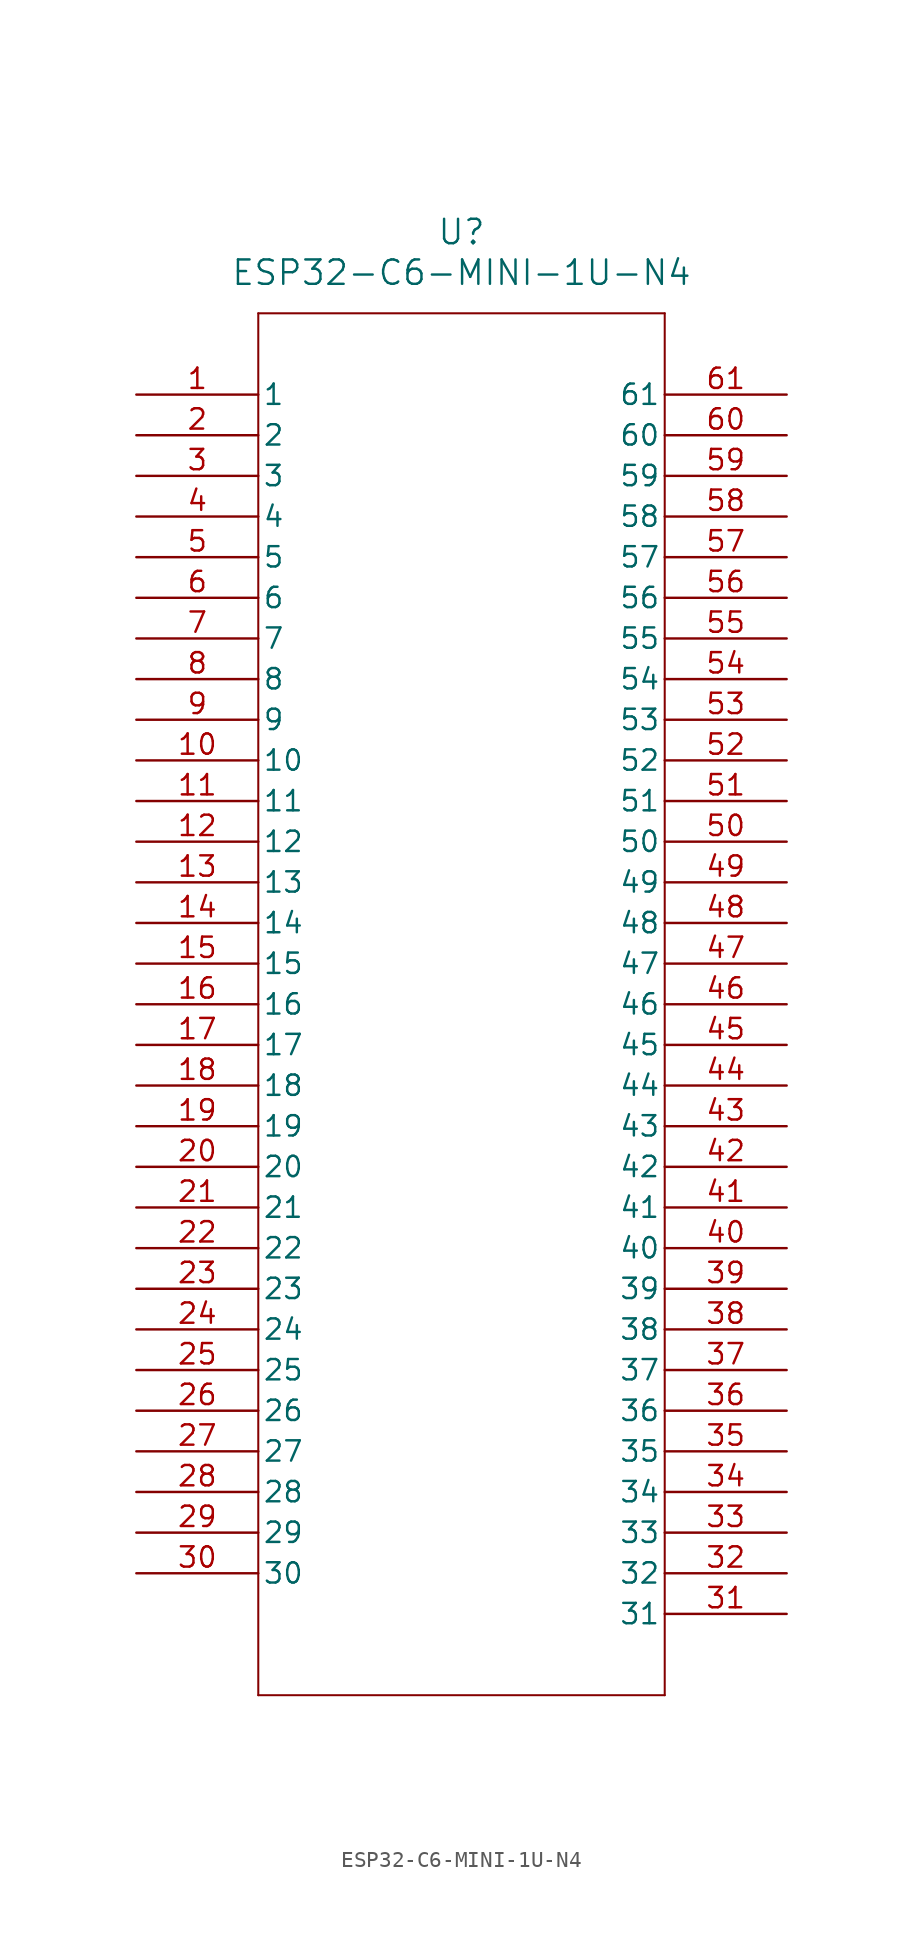
<source format=kicad_sym>
(kicad_symbol_lib
  (version 20211014)
  (generator kicad_symbol_editor)
  (symbol "ESP32-C6-MINI-1U-N4"
    (pin_names
      (offset 0.254))
    (property "Reference" "U"
      (at 20.32 10.16 0)
      (effects (font (size 1.524 1.524))))
    (property "Value" "ESP32-C6-MINI-1U-N4"
      (at 20.32 7.62 0)
      (effects (font (size 1.524 1.524))))
    (symbol "ESP32-C6-MINI-1U-N4_0_1"
      (polyline (pts (xy 7.62 5.08) (xy 7.62 -81.28)) (stroke (width 0.127) (type default) (color 0 0 0 0)) (fill (type none)))
      (polyline (pts (xy 7.62 -81.28) (xy 33.02 -81.28)) (stroke (width 0.127) (type default) (color 0 0 0 0)) (fill (type none)))
      (polyline (pts (xy 33.02 -81.28) (xy 33.02 5.08)) (stroke (width 0.127) (type default) (color 0 0 0 0)) (fill (type none)))
      (polyline (pts (xy 33.02 5.08) (xy 7.62 5.08)) (stroke (width 0.127) (type default) (color 0 0 0 0)) (fill (type none)))
      (pin unspecified line (at 0 0 0) (length 7.62) (name "1" (effects (font (size 1.27 1.27)))) (number "1" (effects (font (size 1.27 1.27)))))
      (pin unspecified line (at 0 -2.54 0) (length 7.62) (name "2" (effects (font (size 1.27 1.27)))) (number "2" (effects (font (size 1.27 1.27)))))
      (pin unspecified line (at 0 -5.08 0) (length 7.62) (name "3" (effects (font (size 1.27 1.27)))) (number "3" (effects (font (size 1.27 1.27)))))
      (pin unspecified line (at 0 -7.62 0) (length 7.62) (name "4" (effects (font (size 1.27 1.27)))) (number "4" (effects (font (size 1.27 1.27)))))
      (pin unspecified line (at 0 -10.16 0) (length 7.62) (name "5" (effects (font (size 1.27 1.27)))) (number "5" (effects (font (size 1.27 1.27)))))
      (pin unspecified line (at 0 -12.7 0) (length 7.62) (name "6" (effects (font (size 1.27 1.27)))) (number "6" (effects (font (size 1.27 1.27)))))
      (pin unspecified line (at 0 -15.24 0) (length 7.62) (name "7" (effects (font (size 1.27 1.27)))) (number "7" (effects (font (size 1.27 1.27)))))
      (pin unspecified line (at 0 -17.78 0) (length 7.62) (name "8" (effects (font (size 1.27 1.27)))) (number "8" (effects (font (size 1.27 1.27)))))
      (pin unspecified line (at 0 -20.32 0) (length 7.62) (name "9" (effects (font (size 1.27 1.27)))) (number "9" (effects (font (size 1.27 1.27)))))
      (pin unspecified line (at 0 -22.86 0) (length 7.62) (name "10" (effects (font (size 1.27 1.27)))) (number "10" (effects (font (size 1.27 1.27)))))
      (pin unspecified line (at 0 -25.4 0) (length 7.62) (name "11" (effects (font (size 1.27 1.27)))) (number "11" (effects (font (size 1.27 1.27)))))
      (pin unspecified line (at 0 -27.94 0) (length 7.62) (name "12" (effects (font (size 1.27 1.27)))) (number "12" (effects (font (size 1.27 1.27)))))
      (pin unspecified line (at 0 -30.48 0) (length 7.62) (name "13" (effects (font (size 1.27 1.27)))) (number "13" (effects (font (size 1.27 1.27)))))
      (pin unspecified line (at 0 -33.02 0) (length 7.62) (name "14" (effects (font (size 1.27 1.27)))) (number "14" (effects (font (size 1.27 1.27)))))
      (pin unspecified line (at 0 -35.56 0) (length 7.62) (name "15" (effects (font (size 1.27 1.27)))) (number "15" (effects (font (size 1.27 1.27)))))
      (pin unspecified line (at 0 -38.1 0) (length 7.62) (name "16" (effects (font (size 1.27 1.27)))) (number "16" (effects (font (size 1.27 1.27)))))
      (pin unspecified line (at 0 -40.64 0) (length 7.62) (name "17" (effects (font (size 1.27 1.27)))) (number "17" (effects (font (size 1.27 1.27)))))
      (pin unspecified line (at 0 -43.18 0) (length 7.62) (name "18" (effects (font (size 1.27 1.27)))) (number "18" (effects (font (size 1.27 1.27)))))
      (pin unspecified line (at 0 -45.72 0) (length 7.62) (name "19" (effects (font (size 1.27 1.27)))) (number "19" (effects (font (size 1.27 1.27)))))
      (pin unspecified line (at 0 -48.26 0) (length 7.62) (name "20" (effects (font (size 1.27 1.27)))) (number "20" (effects (font (size 1.27 1.27)))))
      (pin unspecified line (at 0 -50.8 0) (length 7.62) (name "21" (effects (font (size 1.27 1.27)))) (number "21" (effects (font (size 1.27 1.27)))))
      (pin unspecified line (at 0 -53.34 0) (length 7.62) (name "22" (effects (font (size 1.27 1.27)))) (number "22" (effects (font (size 1.27 1.27)))))
      (pin unspecified line (at 0 -55.88 0) (length 7.62) (name "23" (effects (font (size 1.27 1.27)))) (number "23" (effects (font (size 1.27 1.27)))))
      (pin unspecified line (at 0 -58.42 0) (length 7.62) (name "24" (effects (font (size 1.27 1.27)))) (number "24" (effects (font (size 1.27 1.27)))))
      (pin unspecified line (at 0 -60.96 0) (length 7.62) (name "25" (effects (font (size 1.27 1.27)))) (number "25" (effects (font (size 1.27 1.27)))))
      (pin unspecified line (at 0 -63.5 0) (length 7.62) (name "26" (effects (font (size 1.27 1.27)))) (number "26" (effects (font (size 1.27 1.27)))))
      (pin unspecified line (at 0 -66.04 0) (length 7.62) (name "27" (effects (font (size 1.27 1.27)))) (number "27" (effects (font (size 1.27 1.27)))))
      (pin unspecified line (at 0 -68.58 0) (length 7.62) (name "28" (effects (font (size 1.27 1.27)))) (number "28" (effects (font (size 1.27 1.27)))))
      (pin unspecified line (at 0 -71.12 0) (length 7.62) (name "29" (effects (font (size 1.27 1.27)))) (number "29" (effects (font (size 1.27 1.27)))))
      (pin unspecified line (at 0 -73.66 0) (length 7.62) (name "30" (effects (font (size 1.27 1.27)))) (number "30" (effects (font (size 1.27 1.27)))))
      (pin unspecified line (at 40.64 -76.2 180) (length 7.62) (name "31" (effects (font (size 1.27 1.27)))) (number "31" (effects (font (size 1.27 1.27)))))
      (pin unspecified line (at 40.64 -73.66 180) (length 7.62) (name "32" (effects (font (size 1.27 1.27)))) (number "32" (effects (font (size 1.27 1.27)))))
      (pin unspecified line (at 40.64 -71.12 180) (length 7.62) (name "33" (effects (font (size 1.27 1.27)))) (number "33" (effects (font (size 1.27 1.27)))))
      (pin unspecified line (at 40.64 -68.58 180) (length 7.62) (name "34" (effects (font (size 1.27 1.27)))) (number "34" (effects (font (size 1.27 1.27)))))
      (pin unspecified line (at 40.64 -66.04 180) (length 7.62) (name "35" (effects (font (size 1.27 1.27)))) (number "35" (effects (font (size 1.27 1.27)))))
      (pin unspecified line (at 40.64 -63.5 180) (length 7.62) (name "36" (effects (font (size 1.27 1.27)))) (number "36" (effects (font (size 1.27 1.27)))))
      (pin unspecified line (at 40.64 -60.96 180) (length 7.62) (name "37" (effects (font (size 1.27 1.27)))) (number "37" (effects (font (size 1.27 1.27)))))
      (pin unspecified line (at 40.64 -58.42 180) (length 7.62) (name "38" (effects (font (size 1.27 1.27)))) (number "38" (effects (font (size 1.27 1.27)))))
      (pin unspecified line (at 40.64 -55.88 180) (length 7.62) (name "39" (effects (font (size 1.27 1.27)))) (number "39" (effects (font (size 1.27 1.27)))))
      (pin unspecified line (at 40.64 -53.34 180) (length 7.62) (name "40" (effects (font (size 1.27 1.27)))) (number "40" (effects (font (size 1.27 1.27)))))
      (pin unspecified line (at 40.64 -50.8 180) (length 7.62) (name "41" (effects (font (size 1.27 1.27)))) (number "41" (effects (font (size 1.27 1.27)))))
      (pin unspecified line (at 40.64 -48.26 180) (length 7.62) (name "42" (effects (font (size 1.27 1.27)))) (number "42" (effects (font (size 1.27 1.27)))))
      (pin unspecified line (at 40.64 -45.72 180) (length 7.62) (name "43" (effects (font (size 1.27 1.27)))) (number "43" (effects (font (size 1.27 1.27)))))
      (pin unspecified line (at 40.64 -43.18 180) (length 7.62) (name "44" (effects (font (size 1.27 1.27)))) (number "44" (effects (font (size 1.27 1.27)))))
      (pin unspecified line (at 40.64 -40.64 180) (length 7.62) (name "45" (effects (font (size 1.27 1.27)))) (number "45" (effects (font (size 1.27 1.27)))))
      (pin unspecified line (at 40.64 -38.1 180) (length 7.62) (name "46" (effects (font (size 1.27 1.27)))) (number "46" (effects (font (size 1.27 1.27)))))
      (pin unspecified line (at 40.64 -35.56 180) (length 7.62) (name "47" (effects (font (size 1.27 1.27)))) (number "47" (effects (font (size 1.27 1.27)))))
      (pin unspecified line (at 40.64 -33.02 180) (length 7.62) (name "48" (effects (font (size 1.27 1.27)))) (number "48" (effects (font (size 1.27 1.27)))))
      (pin unspecified line (at 40.64 -30.48 180) (length 7.62) (name "49" (effects (font (size 1.27 1.27)))) (number "49" (effects (font (size 1.27 1.27)))))
      (pin unspecified line (at 40.64 -27.94 180) (length 7.62) (name "50" (effects (font (size 1.27 1.27)))) (number "50" (effects (font (size 1.27 1.27)))))
      (pin unspecified line (at 40.64 -25.4 180) (length 7.62) (name "51" (effects (font (size 1.27 1.27)))) (number "51" (effects (font (size 1.27 1.27)))))
      (pin unspecified line (at 40.64 -22.86 180) (length 7.62) (name "52" (effects (font (size 1.27 1.27)))) (number "52" (effects (font (size 1.27 1.27)))))
      (pin unspecified line (at 40.64 -20.32 180) (length 7.62) (name "53" (effects (font (size 1.27 1.27)))) (number "53" (effects (font (size 1.27 1.27)))))
      (pin unspecified line (at 40.64 -17.78 180) (length 7.62) (name "54" (effects (font (size 1.27 1.27)))) (number "54" (effects (font (size 1.27 1.27)))))
      (pin unspecified line (at 40.64 -15.24 180) (length 7.62) (name "55" (effects (font (size 1.27 1.27)))) (number "55" (effects (font (size 1.27 1.27)))))
      (pin unspecified line (at 40.64 -12.7 180) (length 7.62) (name "56" (effects (font (size 1.27 1.27)))) (number "56" (effects (font (size 1.27 1.27)))))
      (pin unspecified line (at 40.64 -10.16 180) (length 7.62) (name "57" (effects (font (size 1.27 1.27)))) (number "57" (effects (font (size 1.27 1.27)))))
      (pin unspecified line (at 40.64 -7.62 180) (length 7.62) (name "58" (effects (font (size 1.27 1.27)))) (number "58" (effects (font (size 1.27 1.27)))))
      (pin unspecified line (at 40.64 -5.08 180) (length 7.62) (name "59" (effects (font (size 1.27 1.27)))) (number "59" (effects (font (size 1.27 1.27)))))
      (pin unspecified line (at 40.64 -2.54 180) (length 7.62) (name "60" (effects (font (size 1.27 1.27)))) (number "60" (effects (font (size 1.27 1.27)))))
      (pin unspecified line (at 40.64 0 180) (length 7.62) (name "61" (effects (font (size 1.27 1.27)))) (number "61" (effects (font (size 1.27 1.27))))))))
</source>
